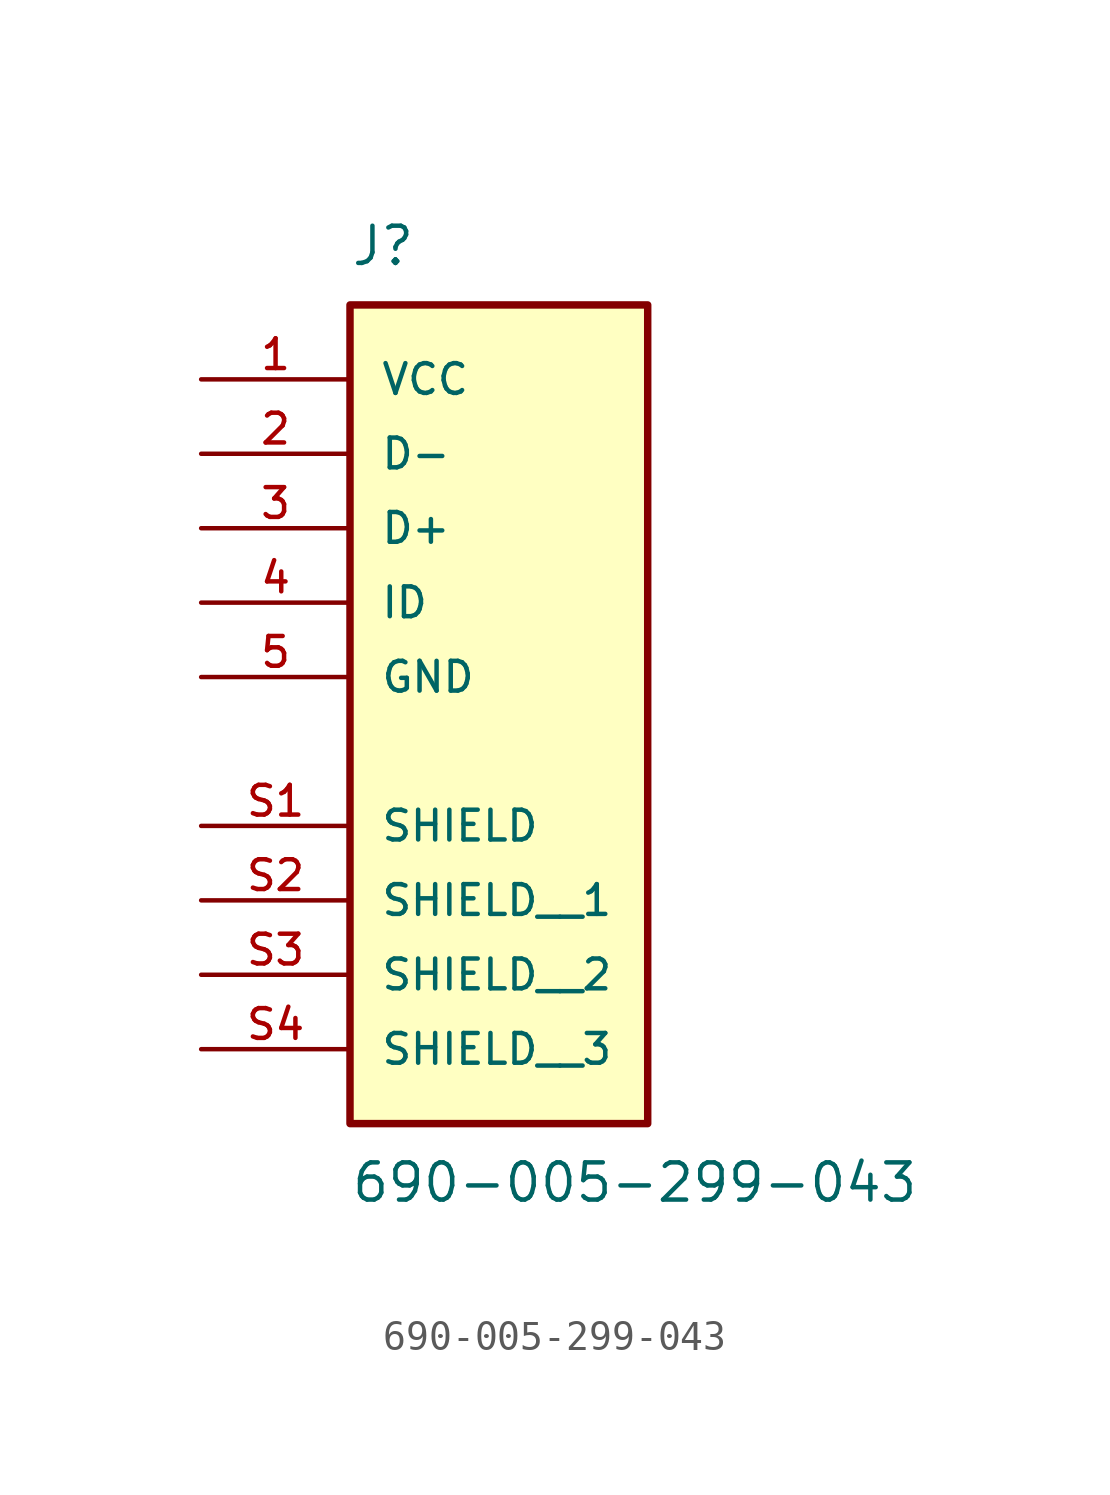
<source format=kicad_sym>
(kicad_symbol_lib
  (version 20211014)
  (generator kicad_symbol_editor)
  (symbol "690-005-299-043"
    (pin_names
      (offset 1.016))
    (property "Reference" "J"
      (at -5.08 11.43 0)
      (effects (font (size 1.27 1.27)) (justify bottom left)))
    (property "Value" "690-005-299-043"
      (at -5.08 -19.05 0)
      (effects (font (size 1.27 1.27)) (justify top left)))
    (symbol "690-005-299-043_0_0"
      (rectangle (start -5.08 -17.78) (end 5.08 10.16) (stroke (width 0.254)) (fill (type background)))
      (pin power_in line (at -10.16 7.62 0) (length 5.08) (name "VCC" (effects (font (size 1.016 1.016)))) (number "1" (effects (font (size 1.016 1.016)))))
      (pin bidirectional line (at -10.16 5.08 0) (length 5.08) (name "D-" (effects (font (size 1.016 1.016)))) (number "2" (effects (font (size 1.016 1.016)))))
      (pin bidirectional line (at -10.16 2.54 0) (length 5.08) (name "D+" (effects (font (size 1.016 1.016)))) (number "3" (effects (font (size 1.016 1.016)))))
      (pin bidirectional line (at -10.16 0.0 0) (length 5.08) (name "ID" (effects (font (size 1.016 1.016)))) (number "4" (effects (font (size 1.016 1.016)))))
      (pin power_in line (at -10.16 -2.54 0) (length 5.08) (name "GND" (effects (font (size 1.016 1.016)))) (number "5" (effects (font (size 1.016 1.016)))))
      (pin passive line (at -10.16 -7.62 0) (length 5.08) (name "SHIELD" (effects (font (size 1.016 1.016)))) (number "S1" (effects (font (size 1.016 1.016)))))
      (pin passive line (at -10.16 -10.16 0) (length 5.08) (name "SHIELD__1" (effects (font (size 1.016 1.016)))) (number "S2" (effects (font (size 1.016 1.016)))))
      (pin passive line (at -10.16 -12.7 0) (length 5.08) (name "SHIELD__2" (effects (font (size 1.016 1.016)))) (number "S3" (effects (font (size 1.016 1.016)))))
      (pin passive line (at -10.16 -15.24 0) (length 5.08) (name "SHIELD__3" (effects (font (size 1.016 1.016)))) (number "S4" (effects (font (size 1.016 1.016))))))))
</source>
